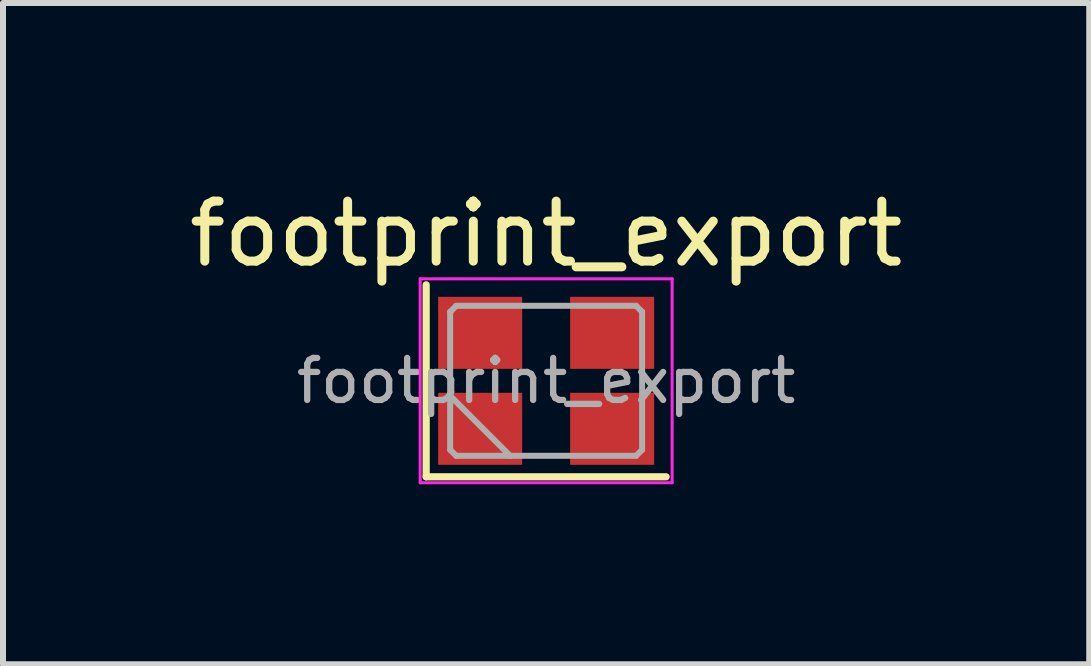
<source format=kicad_pcb>
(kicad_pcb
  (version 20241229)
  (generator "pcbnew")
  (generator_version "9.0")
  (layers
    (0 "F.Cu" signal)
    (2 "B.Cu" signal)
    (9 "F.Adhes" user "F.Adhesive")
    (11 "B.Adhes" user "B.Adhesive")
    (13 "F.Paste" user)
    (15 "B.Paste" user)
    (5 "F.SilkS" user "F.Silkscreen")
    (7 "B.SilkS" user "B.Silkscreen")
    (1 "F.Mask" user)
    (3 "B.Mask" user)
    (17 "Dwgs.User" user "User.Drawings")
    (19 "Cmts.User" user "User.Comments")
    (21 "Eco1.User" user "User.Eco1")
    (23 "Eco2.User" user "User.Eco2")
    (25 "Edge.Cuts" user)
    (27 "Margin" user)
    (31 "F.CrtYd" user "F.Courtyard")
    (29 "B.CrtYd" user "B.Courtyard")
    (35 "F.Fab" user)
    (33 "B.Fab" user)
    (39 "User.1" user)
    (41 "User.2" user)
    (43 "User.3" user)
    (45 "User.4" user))
  (footprint "footprint_export"
    (layer "F.Cu")
    (at 6.054 3.298)
    (property "Reference" "footprint_export" (at 0 -2.45 0) (layer "F.SilkS") (effects (font (size 1 1) (thickness 0.15))))
    (attr smd)
    (fp_line (start -2 -1.6) (end -2 1.6) (stroke (width 0.12) (type solid)) (layer "F.SilkS"))
    (fp_line (start -2 1.6) (end 2 1.6) (stroke (width 0.12) (type solid)) (layer "F.SilkS"))
    (fp_line (start -2.1 -1.7) (end -2.1 1.7) (stroke (width 0.05) (type solid)) (layer "F.CrtYd"))
    (fp_line (start -2.1 1.7) (end 2.1 1.7) (stroke (width 0.05) (type solid)) (layer "F.CrtYd"))
    (fp_line (start 2.1 -1.7) (end -2.1 -1.7) (stroke (width 0.05) (type solid)) (layer "F.CrtYd"))
    (fp_line (start 2.1 1.7) (end 2.1 -1.7) (stroke (width 0.05) (type solid)) (layer "F.CrtYd"))
    (fp_line (start -1.6 -1.15) (end -1.5 -1.25) (stroke (width 0.1) (type solid)) (layer "F.Fab"))
    (fp_line (start -1.6 0.25) (end -0.6 1.25) (stroke (width 0.1) (type solid)) (layer "F.Fab"))
    (fp_line (start -1.6 1.15) (end -1.6 -1.15) (stroke (width 0.1) (type solid)) (layer "F.Fab"))
    (fp_line (start -1.5 -1.25) (end 1.5 -1.25) (stroke (width 0.1) (type solid)) (layer "F.Fab"))
    (fp_line (start -1.5 1.25) (end -1.6 1.15) (stroke (width 0.1) (type solid)) (layer "F.Fab"))
    (fp_line (start 1.5 -1.25) (end 1.6 -1.15) (stroke (width 0.1) (type solid)) (layer "F.Fab"))
    (fp_line (start 1.5 1.25) (end -1.5 1.25) (stroke (width 0.1) (type solid)) (layer "F.Fab"))
    (fp_line (start 1.6 -1.15) (end 1.6 1.15) (stroke (width 0.1) (type solid)) (layer "F.Fab"))
    (fp_line (start 1.6 1.15) (end 1.5 1.25) (stroke (width 0.1) (type solid)) (layer "F.Fab"))
    (fp_text user "${REFERENCE}" (at 0 0 0) (layer "F.Fab") (effects (font (size 0.7 0.7) (thickness 0.105))))
    (pad "1" smd rect (at -1.1 0.8) (size 1.4 1.2) (layers "F.Cu" "F.Mask" "F.Paste"))
    (pad "2" smd rect (at 1.1 0.8) (size 1.4 1.2) (layers "F.Cu" "F.Mask" "F.Paste"))
    (pad "3" smd rect (at 1.1 -0.8) (size 1.4 1.2) (layers "F.Cu" "F.Mask" "F.Paste"))
    (pad "4" smd rect (at -1.1 -0.8) (size 1.4 1.2) (layers "F.Cu" "F.Mask" "F.Paste")))
  (gr_rect
    (start -3 -3)
    (end 15.107 8.023)
    (stroke (width 0.1) (type default))
    (fill no)
    (layer "Edge.Cuts")))
</source>
